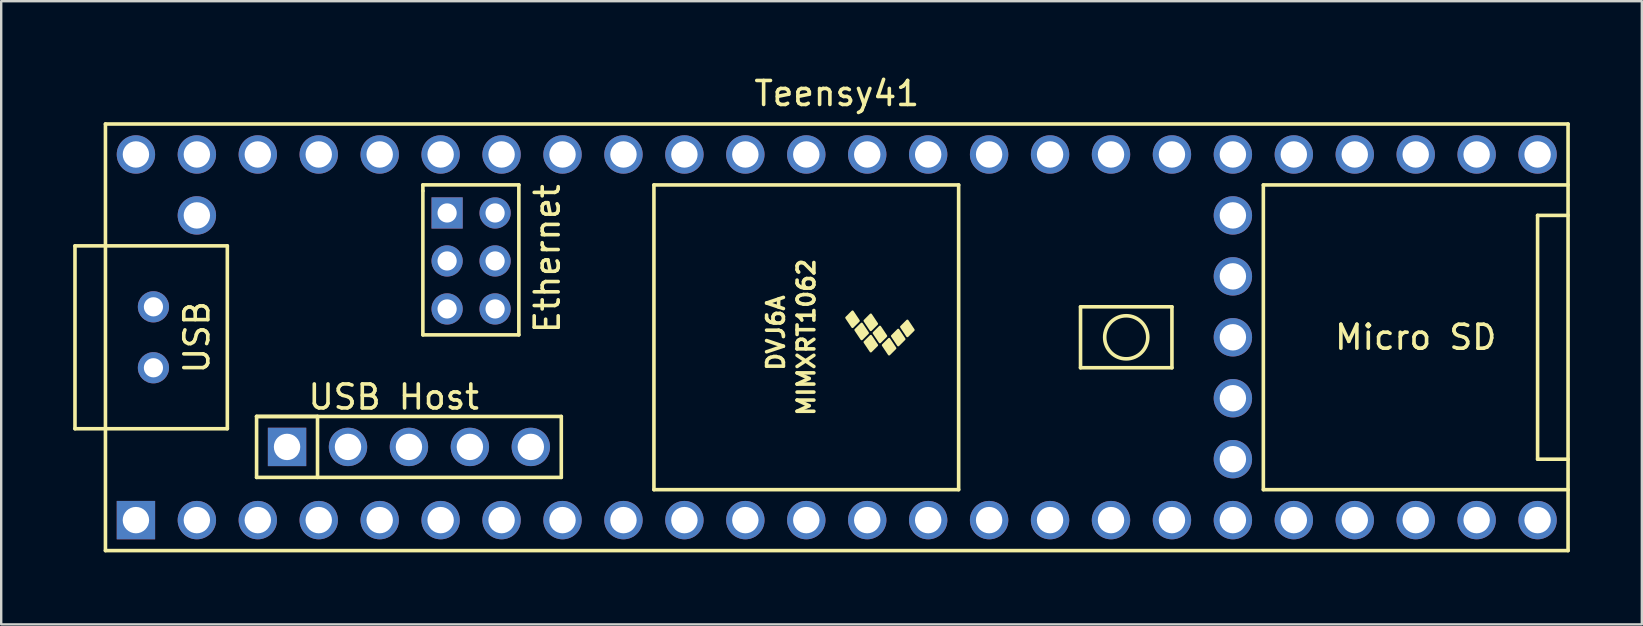
<source format=kicad_pcb>
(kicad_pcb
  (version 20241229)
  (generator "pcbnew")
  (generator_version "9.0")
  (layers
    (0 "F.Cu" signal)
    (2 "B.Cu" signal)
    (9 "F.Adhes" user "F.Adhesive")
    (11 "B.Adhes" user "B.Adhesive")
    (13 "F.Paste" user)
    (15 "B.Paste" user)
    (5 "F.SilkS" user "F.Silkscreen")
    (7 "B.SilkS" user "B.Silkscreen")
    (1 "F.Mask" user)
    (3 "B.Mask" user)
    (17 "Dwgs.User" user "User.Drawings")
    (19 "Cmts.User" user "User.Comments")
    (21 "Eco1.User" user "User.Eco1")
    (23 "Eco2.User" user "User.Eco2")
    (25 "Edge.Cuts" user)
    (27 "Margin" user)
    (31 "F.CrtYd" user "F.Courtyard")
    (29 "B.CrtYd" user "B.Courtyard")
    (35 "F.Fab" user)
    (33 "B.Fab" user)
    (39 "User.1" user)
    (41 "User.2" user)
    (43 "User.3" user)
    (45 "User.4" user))
  (footprint "Teensy41"
    (layer "F.Cu")
    (at 31.825 11.008)
    (property "Reference" "Teensy41" (at 0 -10.16 0) (layer "F.SilkS") (effects (font (size 1 1) (thickness 0.15))))
    (attr through_hole)
    (fp_line (start -31.75 -3.81) (end -30.48 -3.81) (stroke (width 0.15) (type solid)) (layer "F.SilkS"))
    (fp_line (start -31.75 3.81) (end -31.75 -3.81) (stroke (width 0.15) (type solid)) (layer "F.SilkS"))
    (fp_line (start -30.48 -8.89) (end 30.48 -8.89) (stroke (width 0.15) (type solid)) (layer "F.SilkS"))
    (fp_line (start -30.48 3.81) (end -31.75 3.81) (stroke (width 0.15) (type solid)) (layer "F.SilkS"))
    (fp_line (start -30.48 8.89) (end -30.48 -8.89) (stroke (width 0.15) (type solid)) (layer "F.SilkS"))
    (fp_line (start -25.4 -3.81) (end -30.48 -3.81) (stroke (width 0.15) (type solid)) (layer "F.SilkS"))
    (fp_line (start -25.4 3.81) (end -30.48 3.81) (stroke (width 0.15) (type solid)) (layer "F.SilkS"))
    (fp_line (start -25.4 3.81) (end -25.4 -3.81) (stroke (width 0.15) (type solid)) (layer "F.SilkS"))
    (fp_line (start -24.181 3.299) (end -21.641 3.299) (stroke (width 0.15) (type solid)) (layer "F.SilkS"))
    (fp_line (start -24.181 3.299) (end -11.481 3.299) (stroke (width 0.15) (type solid)) (layer "F.SilkS"))
    (fp_line (start -24.181 5.839) (end -24.181 3.299) (stroke (width 0.15) (type solid)) (layer "F.SilkS"))
    (fp_line (start -21.641 3.299) (end -21.641 5.839) (stroke (width 0.15) (type solid)) (layer "F.SilkS"))
    (fp_line (start -17.25 -6.352) (end -17.25 -6.102) (stroke (width 0.15) (type solid)) (layer "F.SilkS"))
    (fp_line (start -17.25 -6.102) (end -17.25 -0.102) (stroke (width 0.15) (type solid)) (layer "F.SilkS"))
    (fp_line (start -17.25 -0.102) (end -13.25 -0.102) (stroke (width 0.15) (type solid)) (layer "F.SilkS"))
    (fp_line (start -13.25 -6.352) (end -17.25 -6.352) (stroke (width 0.15) (type solid)) (layer "F.SilkS"))
    (fp_line (start -13.25 -0.102) (end -13.25 -6.352) (stroke (width 0.15) (type solid)) (layer "F.SilkS"))
    (fp_line (start -11.481 3.299) (end -11.481 5.839) (stroke (width 0.15) (type solid)) (layer "F.SilkS"))
    (fp_line (start -11.481 5.839) (end -24.181 5.839) (stroke (width 0.15) (type solid)) (layer "F.SilkS"))
    (fp_line (start -7.62 -6.35) (end -7.62 6.35) (stroke (width 0.15) (type solid)) (layer "F.SilkS"))
    (fp_line (start -7.62 6.35) (end 5.08 6.35) (stroke (width 0.15) (type solid)) (layer "F.SilkS"))
    (fp_line (start 5.08 -6.35) (end -7.62 -6.35) (stroke (width 0.15) (type solid)) (layer "F.SilkS"))
    (fp_line (start 5.08 6.35) (end 5.08 -6.35) (stroke (width 0.15) (type solid)) (layer "F.SilkS"))
    (fp_line (start 10.16 -1.27) (end 13.97 -1.27) (stroke (width 0.15) (type solid)) (layer "F.SilkS"))
    (fp_line (start 10.16 1.27) (end 10.16 -1.27) (stroke (width 0.15) (type solid)) (layer "F.SilkS"))
    (fp_line (start 13.97 -1.27) (end 13.97 1.27) (stroke (width 0.15) (type solid)) (layer "F.SilkS"))
    (fp_line (start 13.97 1.27) (end 10.16 1.27) (stroke (width 0.15) (type solid)) (layer "F.SilkS"))
    (fp_line (start 17.78 -6.35) (end 17.78 6.35) (stroke (width 0.15) (type solid)) (layer "F.SilkS"))
    (fp_line (start 17.78 6.35) (end 30.48 6.35) (stroke (width 0.15) (type solid)) (layer "F.SilkS"))
    (fp_line (start 29.21 -5.08) (end 29.21 5.08) (stroke (width 0.15) (type solid)) (layer "F.SilkS"))
    (fp_line (start 29.21 5.08) (end 30.48 5.08) (stroke (width 0.15) (type solid)) (layer "F.SilkS"))
    (fp_line (start 30.48 -8.89) (end 30.48 8.89) (stroke (width 0.15) (type solid)) (layer "F.SilkS"))
    (fp_line (start 30.48 -6.35) (end 17.78 -6.35) (stroke (width 0.15) (type solid)) (layer "F.SilkS"))
    (fp_line (start 30.48 -5.08) (end 29.21 -5.08) (stroke (width 0.15) (type solid)) (layer "F.SilkS"))
    (fp_line (start 30.48 8.89) (end -30.48 8.89) (stroke (width 0.15) (type solid)) (layer "F.SilkS"))
    (fp_circle (center 12.065 0) (end 12.7 -0.635) (stroke (width 0.15) (type solid)) (fill no) (layer "F.SilkS"))
    (fp_poly (pts (xy 0.911 -0.688) (xy 0.657 -0.434) (xy 0.403 -0.815) (xy 0.657 -1.069)) (stroke (width 0.1) (type solid)) (fill yes) (layer "F.SilkS"))
    (fp_poly (pts (xy 1.292 -0.18) (xy 1.038 0.074) (xy 0.784 -0.307) (xy 1.038 -0.561)) (stroke (width 0.1) (type solid)) (fill yes) (layer "F.SilkS"))
    (fp_poly (pts (xy 1.673 -0.561) (xy 1.419 -0.307) (xy 1.165 -0.688) (xy 1.419 -0.942)) (stroke (width 0.1) (type solid)) (fill yes) (layer "F.SilkS"))
    (fp_poly (pts (xy 1.673 0.328) (xy 1.419 0.582) (xy 1.165 0.201) (xy 1.419 -0.053)) (stroke (width 0.1) (type solid)) (fill yes) (layer "F.SilkS"))
    (fp_poly (pts (xy 2.054 -0.053) (xy 1.8 0.201) (xy 1.546 -0.18) (xy 1.8 -0.434)) (stroke (width 0.1) (type solid)) (fill yes) (layer "F.SilkS"))
    (fp_poly (pts (xy 2.435 0.455) (xy 2.181 0.709) (xy 1.927 0.328) (xy 2.181 0.074)) (stroke (width 0.1) (type solid)) (fill yes) (layer "F.SilkS"))
    (fp_poly (pts (xy 2.816 0.074) (xy 2.562 0.328) (xy 2.308 -0.053) (xy 2.562 -0.307)) (stroke (width 0.1) (type solid)) (fill yes) (layer "F.SilkS"))
    (fp_poly (pts (xy 3.197 -0.307) (xy 2.943 -0.053) (xy 2.689 -0.434) (xy 2.943 -0.688)) (stroke (width 0.1) (type solid)) (fill yes) (layer "F.SilkS"))
    (fp_text user "Micro SD" (at 24.13 0 0) (layer "F.SilkS") (effects (font (size 1 1) (thickness 0.15))))
    (fp_text user "Ethernet" (at -12.065 -3.277 90) (layer "F.SilkS") (effects (font (size 1 1) (thickness 0.15))))
    (fp_text user "MIMXRT1062" (at -1.27 0 270) (layer "F.SilkS") (effects (font (size 0.7 0.7) (thickness 0.15))))
    (fp_text user "DVJ6A" (at -2.54 -0.18 270) (layer "F.SilkS") (effects (font (size 0.7 0.7) (thickness 0.15))))
    (fp_text user "USB Host" (at -18.466 2.489 0) (layer "F.SilkS") (effects (font (size 1 1) (thickness 0.15))))
    (fp_text user "USB" (at -26.67 0 270) (layer "F.SilkS") (effects (font (size 1 1) (thickness 0.15))))
    (pad "1" thru_hole rect (at -29.21 7.62) (size 1.6 1.6) (drill 1.1) (layers "*.Cu" "*.Mask"))
    (pad "2" thru_hole circle (at -26.67 7.62) (size 1.6 1.6) (drill 1.1) (layers "*.Cu" "*.Mask"))
    (pad "3" thru_hole circle (at -24.13 7.62) (size 1.6 1.6) (drill 1.1) (layers "*.Cu" "*.Mask"))
    (pad "4" thru_hole circle (at -21.59 7.62) (size 1.6 1.6) (drill 1.1) (layers "*.Cu" "*.Mask"))
    (pad "5" thru_hole circle (at -19.05 7.62) (size 1.6 1.6) (drill 1.1) (layers "*.Cu" "*.Mask"))
    (pad "6" thru_hole circle (at -16.51 7.62) (size 1.6 1.6) (drill 1.1) (layers "*.Cu" "*.Mask"))
    (pad "7" thru_hole circle (at -13.97 7.62) (size 1.6 1.6) (drill 1.1) (layers "*.Cu" "*.Mask"))
    (pad "8" thru_hole circle (at -11.43 7.62) (size 1.6 1.6) (drill 1.1) (layers "*.Cu" "*.Mask"))
    (pad "9" thru_hole circle (at -8.89 7.62) (size 1.6 1.6) (drill 1.1) (layers "*.Cu" "*.Mask"))
    (pad "10" thru_hole circle (at -6.35 7.62) (size 1.6 1.6) (drill 1.1) (layers "*.Cu" "*.Mask"))
    (pad "11" thru_hole circle (at -3.81 7.62) (size 1.6 1.6) (drill 1.1) (layers "*.Cu" "*.Mask"))
    (pad "12" thru_hole circle (at -1.27 7.62) (size 1.6 1.6) (drill 1.1) (layers "*.Cu" "*.Mask"))
    (pad "13" thru_hole circle (at 1.27 7.62) (size 1.6 1.6) (drill 1.1) (layers "*.Cu" "*.Mask"))
    (pad "14" thru_hole circle (at 3.81 7.62) (size 1.6 1.6) (drill 1.1) (layers "*.Cu" "*.Mask"))
    (pad "15" thru_hole circle (at 6.35 7.62) (size 1.6 1.6) (drill 1.1) (layers "*.Cu" "*.Mask"))
    (pad "16" thru_hole circle (at 8.89 7.62) (size 1.6 1.6) (drill 1.1) (layers "*.Cu" "*.Mask"))
    (pad "17" thru_hole circle (at 11.43 7.62) (size 1.6 1.6) (drill 1.1) (layers "*.Cu" "*.Mask"))
    (pad "18" thru_hole circle (at 13.97 7.62) (size 1.6 1.6) (drill 1.1) (layers "*.Cu" "*.Mask"))
    (pad "19" thru_hole circle (at 16.51 7.62) (size 1.6 1.6) (drill 1.1) (layers "*.Cu" "*.Mask"))
    (pad "20" thru_hole circle (at 19.05 7.62) (size 1.6 1.6) (drill 1.1) (layers "*.Cu" "*.Mask"))
    (pad "21" thru_hole circle (at 21.59 7.62) (size 1.6 1.6) (drill 1.1) (layers "*.Cu" "*.Mask"))
    (pad "22" thru_hole circle (at 24.13 7.62) (size 1.6 1.6) (drill 1.1) (layers "*.Cu" "*.Mask"))
    (pad "23" thru_hole circle (at 26.67 7.62) (size 1.6 1.6) (drill 1.1) (layers "*.Cu" "*.Mask"))
    (pad "24" thru_hole circle (at 29.21 7.62) (size 1.6 1.6) (drill 1.1) (layers "*.Cu" "*.Mask"))
    (pad "25" thru_hole circle (at 29.21 -7.62) (size 1.6 1.6) (drill 1.1) (layers "*.Cu" "*.Mask"))
    (pad "26" thru_hole circle (at 26.67 -7.62) (size 1.6 1.6) (drill 1.1) (layers "*.Cu" "*.Mask"))
    (pad "27" thru_hole circle (at 24.13 -7.62) (size 1.6 1.6) (drill 1.1) (layers "*.Cu" "*.Mask"))
    (pad "28" thru_hole circle (at 21.59 -7.62) (size 1.6 1.6) (drill 1.1) (layers "*.Cu" "*.Mask"))
    (pad "29" thru_hole circle (at 19.05 -7.62) (size 1.6 1.6) (drill 1.1) (layers "*.Cu" "*.Mask"))
    (pad "30" thru_hole circle (at 16.51 -7.62) (size 1.6 1.6) (drill 1.1) (layers "*.Cu" "*.Mask"))
    (pad "31" thru_hole circle (at 13.97 -7.62) (size 1.6 1.6) (drill 1.1) (layers "*.Cu" "*.Mask"))
    (pad "32" thru_hole circle (at 11.43 -7.62) (size 1.6 1.6) (drill 1.1) (layers "*.Cu" "*.Mask"))
    (pad "33" thru_hole circle (at 8.89 -7.62) (size 1.6 1.6) (drill 1.1) (layers "*.Cu" "*.Mask"))
    (pad "34" thru_hole circle (at 6.35 -7.62) (size 1.6 1.6) (drill 1.1) (layers "*.Cu" "*.Mask"))
    (pad "35" thru_hole circle (at 3.81 -7.62) (size 1.6 1.6) (drill 1.1) (layers "*.Cu" "*.Mask"))
    (pad "36" thru_hole circle (at 1.27 -7.62) (size 1.6 1.6) (drill 1.1) (layers "*.Cu" "*.Mask"))
    (pad "37" thru_hole circle (at -1.27 -7.62) (size 1.6 1.6) (drill 1.1) (layers "*.Cu" "*.Mask"))
    (pad "38" thru_hole circle (at -3.81 -7.62) (size 1.6 1.6) (drill 1.1) (layers "*.Cu" "*.Mask"))
    (pad "39" thru_hole circle (at -6.35 -7.62) (size 1.6 1.6) (drill 1.1) (layers "*.Cu" "*.Mask"))
    (pad "40" thru_hole circle (at -8.89 -7.62) (size 1.6 1.6) (drill 1.1) (layers "*.Cu" "*.Mask"))
    (pad "41" thru_hole circle (at -11.43 -7.62) (size 1.6 1.6) (drill 1.1) (layers "*.Cu" "*.Mask"))
    (pad "42" thru_hole circle (at -13.97 -7.62) (size 1.6 1.6) (drill 1.1) (layers "*.Cu" "*.Mask"))
    (pad "43" thru_hole circle (at -16.51 -7.62) (size 1.6 1.6) (drill 1.1) (layers "*.Cu" "*.Mask"))
    (pad "44" thru_hole circle (at -19.05 -7.62) (size 1.6 1.6) (drill 1.1) (layers "*.Cu" "*.Mask"))
    (pad "45" thru_hole circle (at -21.59 -7.62) (size 1.6 1.6) (drill 1.1) (layers "*.Cu" "*.Mask"))
    (pad "46" thru_hole circle (at -24.13 -7.62) (size 1.6 1.6) (drill 1.1) (layers "*.Cu" "*.Mask"))
    (pad "47" thru_hole circle (at -26.67 -7.62) (size 1.6 1.6) (drill 1.1) (layers "*.Cu" "*.Mask"))
    (pad "48" thru_hole circle (at -29.21 -7.62) (size 1.6 1.6) (drill 1.1) (layers "*.Cu" "*.Mask"))
    (pad "49" thru_hole circle (at -26.67 -5.08) (size 1.6 1.6) (drill 1.1) (layers "*.Cu" "*.Mask"))
    (pad "50" thru_hole circle (at 16.51 5.08) (size 1.6 1.6) (drill 1.1) (layers "*.Cu" "*.Mask"))
    (pad "51" thru_hole circle (at 16.51 2.54) (size 1.6 1.6) (drill 1.1) (layers "*.Cu" "*.Mask"))
    (pad "52" thru_hole circle (at 16.51 0) (size 1.6 1.6) (drill 1.1) (layers "*.Cu" "*.Mask"))
    (pad "53" thru_hole circle (at 16.51 -2.54) (size 1.6 1.6) (drill 1.1) (layers "*.Cu" "*.Mask"))
    (pad "54" thru_hole circle (at 16.51 -5.08) (size 1.6 1.6) (drill 1.1) (layers "*.Cu" "*.Mask"))
    (pad "55" thru_hole rect (at -22.911 4.569) (size 1.6 1.6) (drill 1.1) (layers "*.Cu" "*.Mask"))
    (pad "56" thru_hole circle (at -20.371 4.569) (size 1.6 1.6) (drill 1.1) (layers "*.Cu" "*.Mask"))
    (pad "57" thru_hole circle (at -17.831 4.569) (size 1.6 1.6) (drill 1.1) (layers "*.Cu" "*.Mask"))
    (pad "58" thru_hole circle (at -15.291 4.569) (size 1.6 1.6) (drill 1.1) (layers "*.Cu" "*.Mask"))
    (pad "59" thru_hole circle (at -12.751 4.569) (size 1.6 1.6) (drill 1.1) (layers "*.Cu" "*.Mask"))
    (pad "60" thru_hole rect (at -16.24 -5.182) (size 1.3 1.3) (drill 0.8) (layers "*.Cu" "*.Mask"))
    (pad "61" thru_hole circle (at -16.24 -3.182) (size 1.3 1.3) (drill 0.8) (layers "*.Cu" "*.Mask"))
    (pad "62" thru_hole circle (at -16.24 -1.182) (size 1.3 1.3) (drill 0.8) (layers "*.Cu" "*.Mask"))
    (pad "63" thru_hole circle (at -14.24 -1.182) (size 1.3 1.3) (drill 0.8) (layers "*.Cu" "*.Mask"))
    (pad "64" thru_hole circle (at -14.24 -3.182) (size 1.3 1.3) (drill 0.8) (layers "*.Cu" "*.Mask"))
    (pad "65" thru_hole circle (at -14.24 -5.182) (size 1.3 1.3) (drill 0.8) (layers "*.Cu" "*.Mask"))
    (pad "66" thru_hole circle (at -28.48 -1.27) (size 1.3 1.3) (drill 0.8) (layers "*.Cu" "*.Mask"))
    (pad "67" thru_hole circle (at -28.48 1.27) (size 1.3 1.3) (drill 0.8) (layers "*.Cu" "*.Mask")))
  (gr_rect
    (start -3 -3)
    (end 65.38 22.973)
    (stroke (width 0.1) (type default))
    (fill no)
    (layer "Edge.Cuts")))
</source>
